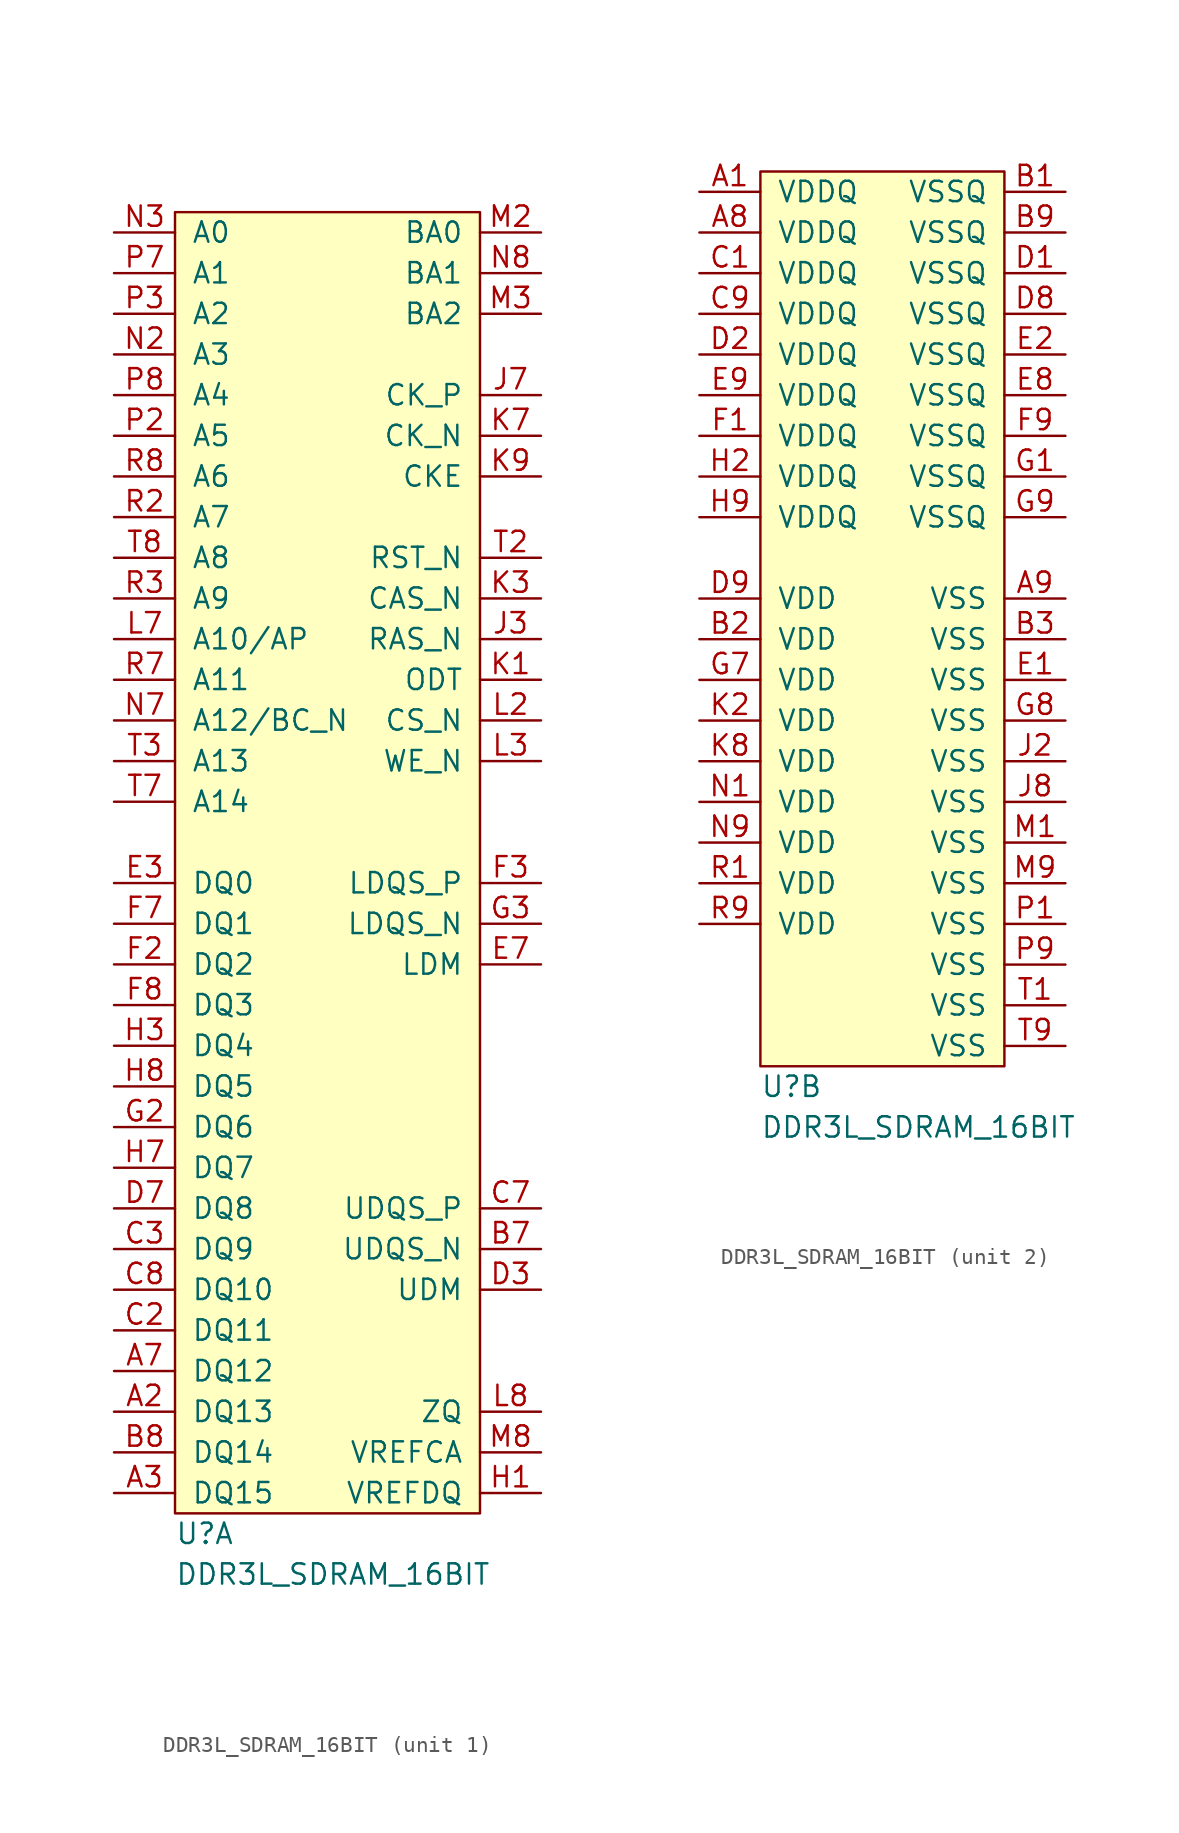
<source format=kicad_sym>
(kicad_symbol_lib
  (version 20211014)
  (generator kicad_symbol_editor)
  (symbol "DDR3L_SDRAM_16BIT"
    (pin_names
      (offset 1.016))
    (property "Reference" "U"
      (at 0 -1.27 0)
      (effects (font (size 1.27 1.27)) (justify left)))
    (property "Value" "DDR3L_SDRAM_16BIT"
      (at 0 -3.81 0)
      (effects (font (size 1.27 1.27)) (justify left)))
    (property "ki_locked" ""
      (at 0 0 0)
      (effects (font (size 1.27 1.27))))
    (symbol "DDR3L_SDRAM_16BIT_1_1"
      (rectangle (start 0 81.28) (end 19.05 0) (stroke (width 0) (type default) (color 0 0 0 0)) (fill (type background)))
      (pin bidirectional line (at -3.81 6.35 0) (length 3.81) (name "DQ13" (effects (font (size 1.27 1.27)))) (number "A2" (effects (font (size 1.27 1.27)))))
      (pin bidirectional line (at -3.81 1.27 0) (length 3.81) (name "DQ15" (effects (font (size 1.27 1.27)))) (number "A3" (effects (font (size 1.27 1.27)))))
      (pin bidirectional line (at -3.81 8.89 0) (length 3.81) (name "DQ12" (effects (font (size 1.27 1.27)))) (number "A7" (effects (font (size 1.27 1.27)))))
      (pin bidirectional line (at 22.86 16.51 180) (length 3.81) (name "UDQS_N" (effects (font (size 1.27 1.27)))) (number "B7" (effects (font (size 1.27 1.27)))))
      (pin bidirectional line (at -3.81 3.81 0) (length 3.81) (name "DQ14" (effects (font (size 1.27 1.27)))) (number "B8" (effects (font (size 1.27 1.27)))))
      (pin bidirectional line (at -3.81 11.43 0) (length 3.81) (name "DQ11" (effects (font (size 1.27 1.27)))) (number "C2" (effects (font (size 1.27 1.27)))))
      (pin bidirectional line (at -3.81 16.51 0) (length 3.81) (name "DQ9" (effects (font (size 1.27 1.27)))) (number "C3" (effects (font (size 1.27 1.27)))))
      (pin bidirectional line (at 22.86 19.05 180) (length 3.81) (name "UDQS_P" (effects (font (size 1.27 1.27)))) (number "C7" (effects (font (size 1.27 1.27)))))
      (pin bidirectional line (at -3.81 13.97 0) (length 3.81) (name "DQ10" (effects (font (size 1.27 1.27)))) (number "C8" (effects (font (size 1.27 1.27)))))
      (pin input line (at 22.86 13.97 180) (length 3.81) (name "UDM" (effects (font (size 1.27 1.27)))) (number "D3" (effects (font (size 1.27 1.27)))))
      (pin bidirectional line (at -3.81 19.05 0) (length 3.81) (name "DQ8" (effects (font (size 1.27 1.27)))) (number "D7" (effects (font (size 1.27 1.27)))))
      (pin bidirectional line (at -3.81 39.37 0) (length 3.81) (name "DQ0" (effects (font (size 1.27 1.27)))) (number "E3" (effects (font (size 1.27 1.27)))))
      (pin input line (at 22.86 34.29 180) (length 3.81) (name "LDM" (effects (font (size 1.27 1.27)))) (number "E7" (effects (font (size 1.27 1.27)))))
      (pin bidirectional line (at -3.81 34.29 0) (length 3.81) (name "DQ2" (effects (font (size 1.27 1.27)))) (number "F2" (effects (font (size 1.27 1.27)))))
      (pin bidirectional line (at 22.86 39.37 180) (length 3.81) (name "LDQS_P" (effects (font (size 1.27 1.27)))) (number "F3" (effects (font (size 1.27 1.27)))))
      (pin bidirectional line (at -3.81 36.83 0) (length 3.81) (name "DQ1" (effects (font (size 1.27 1.27)))) (number "F7" (effects (font (size 1.27 1.27)))))
      (pin bidirectional line (at -3.81 31.75 0) (length 3.81) (name "DQ3" (effects (font (size 1.27 1.27)))) (number "F8" (effects (font (size 1.27 1.27)))))
      (pin bidirectional line (at -3.81 24.13 0) (length 3.81) (name "DQ6" (effects (font (size 1.27 1.27)))) (number "G2" (effects (font (size 1.27 1.27)))))
      (pin bidirectional line (at 22.86 36.83 180) (length 3.81) (name "LDQS_N" (effects (font (size 1.27 1.27)))) (number "G3" (effects (font (size 1.27 1.27)))))
      (pin input line (at 22.86 1.27 180) (length 3.81) (name "VREFDQ" (effects (font (size 1.27 1.27)))) (number "H1" (effects (font (size 1.27 1.27)))))
      (pin bidirectional line (at -3.81 29.21 0) (length 3.81) (name "DQ4" (effects (font (size 1.27 1.27)))) (number "H3" (effects (font (size 1.27 1.27)))))
      (pin bidirectional line (at -3.81 21.59 0) (length 3.81) (name "DQ7" (effects (font (size 1.27 1.27)))) (number "H7" (effects (font (size 1.27 1.27)))))
      (pin bidirectional line (at -3.81 26.67 0) (length 3.81) (name "DQ5" (effects (font (size 1.27 1.27)))) (number "H8" (effects (font (size 1.27 1.27)))))
      (pin input line (at 22.86 54.61 180) (length 3.81) (name "RAS_N" (effects (font (size 1.27 1.27)))) (number "J3" (effects (font (size 1.27 1.27)))))
      (pin input line (at 22.86 69.85 180) (length 3.81) (name "CK_P" (effects (font (size 1.27 1.27)))) (number "J7" (effects (font (size 1.27 1.27)))))
      (pin input line (at 22.86 52.07 180) (length 3.81) (name "ODT" (effects (font (size 1.27 1.27)))) (number "K1" (effects (font (size 1.27 1.27)))))
      (pin input line (at 22.86 57.15 180) (length 3.81) (name "CAS_N" (effects (font (size 1.27 1.27)))) (number "K3" (effects (font (size 1.27 1.27)))))
      (pin input line (at 22.86 67.31 180) (length 3.81) (name "CK_N" (effects (font (size 1.27 1.27)))) (number "K7" (effects (font (size 1.27 1.27)))))
      (pin input line (at 22.86 64.77 180) (length 3.81) (name "CKE" (effects (font (size 1.27 1.27)))) (number "K9" (effects (font (size 1.27 1.27)))))
      (pin input line (at 22.86 49.53 180) (length 3.81) (name "CS_N" (effects (font (size 1.27 1.27)))) (number "L2" (effects (font (size 1.27 1.27)))))
      (pin input line (at 22.86 46.99 180) (length 3.81) (name "WE_N" (effects (font (size 1.27 1.27)))) (number "L3" (effects (font (size 1.27 1.27)))))
      (pin input line (at -3.81 54.61 0) (length 3.81) (name "A10/AP" (effects (font (size 1.27 1.27)))) (number "L7" (effects (font (size 1.27 1.27)))))
      (pin input line (at 22.86 6.35 180) (length 3.81) (name "ZQ" (effects (font (size 1.27 1.27)))) (number "L8" (effects (font (size 1.27 1.27)))))
      (pin input line (at 22.86 80.01 180) (length 3.81) (name "BA0" (effects (font (size 1.27 1.27)))) (number "M2" (effects (font (size 1.27 1.27)))))
      (pin input line (at 22.86 74.93 180) (length 3.81) (name "BA2" (effects (font (size 1.27 1.27)))) (number "M3" (effects (font (size 1.27 1.27)))))
      (pin input line (at 22.86 3.81 180) (length 3.81) (name "VREFCA" (effects (font (size 1.27 1.27)))) (number "M8" (effects (font (size 1.27 1.27)))))
      (pin input line (at -3.81 72.39 0) (length 3.81) (name "A3" (effects (font (size 1.27 1.27)))) (number "N2" (effects (font (size 1.27 1.27)))))
      (pin input line (at -3.81 80.01 0) (length 3.81) (name "A0" (effects (font (size 1.27 1.27)))) (number "N3" (effects (font (size 1.27 1.27)))))
      (pin input line (at -3.81 49.53 0) (length 3.81) (name "A12/BC_N" (effects (font (size 1.27 1.27)))) (number "N7" (effects (font (size 1.27 1.27)))))
      (pin input line (at 22.86 77.47 180) (length 3.81) (name "BA1" (effects (font (size 1.27 1.27)))) (number "N8" (effects (font (size 1.27 1.27)))))
      (pin input line (at -3.81 67.31 0) (length 3.81) (name "A5" (effects (font (size 1.27 1.27)))) (number "P2" (effects (font (size 1.27 1.27)))))
      (pin input line (at -3.81 74.93 0) (length 3.81) (name "A2" (effects (font (size 1.27 1.27)))) (number "P3" (effects (font (size 1.27 1.27)))))
      (pin input line (at -3.81 77.47 0) (length 3.81) (name "A1" (effects (font (size 1.27 1.27)))) (number "P7" (effects (font (size 1.27 1.27)))))
      (pin input line (at -3.81 69.85 0) (length 3.81) (name "A4" (effects (font (size 1.27 1.27)))) (number "P8" (effects (font (size 1.27 1.27)))))
      (pin input line (at -3.81 62.23 0) (length 3.81) (name "A7" (effects (font (size 1.27 1.27)))) (number "R2" (effects (font (size 1.27 1.27)))))
      (pin input line (at -3.81 57.15 0) (length 3.81) (name "A9" (effects (font (size 1.27 1.27)))) (number "R3" (effects (font (size 1.27 1.27)))))
      (pin input line (at -3.81 52.07 0) (length 3.81) (name "A11" (effects (font (size 1.27 1.27)))) (number "R7" (effects (font (size 1.27 1.27)))))
      (pin input line (at -3.81 64.77 0) (length 3.81) (name "A6" (effects (font (size 1.27 1.27)))) (number "R8" (effects (font (size 1.27 1.27)))))
      (pin input line (at 22.86 59.69 180) (length 3.81) (name "RST_N" (effects (font (size 1.27 1.27)))) (number "T2" (effects (font (size 1.27 1.27)))))
      (pin input line (at -3.81 46.99 0) (length 3.81) (name "A13" (effects (font (size 1.27 1.27)))) (number "T3" (effects (font (size 1.27 1.27)))))
      (pin input line (at -3.81 44.45 0) (length 3.81) (name "A14" (effects (font (size 1.27 1.27)))) (number "T7" (effects (font (size 1.27 1.27)))))
      (pin input line (at -3.81 59.69 0) (length 3.81) (name "A8" (effects (font (size 1.27 1.27)))) (number "T8" (effects (font (size 1.27 1.27))))))
    (symbol "DDR3L_SDRAM_16BIT_2_1"
      (rectangle (start 0 55.88) (end 15.24 0) (stroke (width 0) (type default) (color 0 0 0 0)) (fill (type background)))
      (pin power_in line (at -3.81 54.61 0) (length 3.81) (name "VDDQ" (effects (font (size 1.27 1.27)))) (number "A1" (effects (font (size 1.27 1.27)))))
      (pin power_in line (at -3.81 52.07 0) (length 3.81) (name "VDDQ" (effects (font (size 1.27 1.27)))) (number "A8" (effects (font (size 1.27 1.27)))))
      (pin power_in line (at 19.05 29.21 180) (length 3.81) (name "VSS" (effects (font (size 1.27 1.27)))) (number "A9" (effects (font (size 1.27 1.27)))))
      (pin power_in line (at 19.05 54.61 180) (length 3.81) (name "VSSQ" (effects (font (size 1.27 1.27)))) (number "B1" (effects (font (size 1.27 1.27)))))
      (pin power_in line (at -3.81 26.67 0) (length 3.81) (name "VDD" (effects (font (size 1.27 1.27)))) (number "B2" (effects (font (size 1.27 1.27)))))
      (pin power_in line (at 19.05 26.67 180) (length 3.81) (name "VSS" (effects (font (size 1.27 1.27)))) (number "B3" (effects (font (size 1.27 1.27)))))
      (pin power_in line (at 19.05 52.07 180) (length 3.81) (name "VSSQ" (effects (font (size 1.27 1.27)))) (number "B9" (effects (font (size 1.27 1.27)))))
      (pin power_in line (at -3.81 49.53 0) (length 3.81) (name "VDDQ" (effects (font (size 1.27 1.27)))) (number "C1" (effects (font (size 1.27 1.27)))))
      (pin power_in line (at -3.81 46.99 0) (length 3.81) (name "VDDQ" (effects (font (size 1.27 1.27)))) (number "C9" (effects (font (size 1.27 1.27)))))
      (pin power_in line (at 19.05 49.53 180) (length 3.81) (name "VSSQ" (effects (font (size 1.27 1.27)))) (number "D1" (effects (font (size 1.27 1.27)))))
      (pin power_in line (at -3.81 44.45 0) (length 3.81) (name "VDDQ" (effects (font (size 1.27 1.27)))) (number "D2" (effects (font (size 1.27 1.27)))))
      (pin power_in line (at 19.05 46.99 180) (length 3.81) (name "VSSQ" (effects (font (size 1.27 1.27)))) (number "D8" (effects (font (size 1.27 1.27)))))
      (pin power_in line (at -3.81 29.21 0) (length 3.81) (name "VDD" (effects (font (size 1.27 1.27)))) (number "D9" (effects (font (size 1.27 1.27)))))
      (pin power_in line (at 19.05 24.13 180) (length 3.81) (name "VSS" (effects (font (size 1.27 1.27)))) (number "E1" (effects (font (size 1.27 1.27)))))
      (pin power_in line (at 19.05 44.45 180) (length 3.81) (name "VSSQ" (effects (font (size 1.27 1.27)))) (number "E2" (effects (font (size 1.27 1.27)))))
      (pin power_in line (at 19.05 41.91 180) (length 3.81) (name "VSSQ" (effects (font (size 1.27 1.27)))) (number "E8" (effects (font (size 1.27 1.27)))))
      (pin power_in line (at -3.81 41.91 0) (length 3.81) (name "VDDQ" (effects (font (size 1.27 1.27)))) (number "E9" (effects (font (size 1.27 1.27)))))
      (pin power_in line (at -3.81 39.37 0) (length 3.81) (name "VDDQ" (effects (font (size 1.27 1.27)))) (number "F1" (effects (font (size 1.27 1.27)))))
      (pin power_in line (at 19.05 39.37 180) (length 3.81) (name "VSSQ" (effects (font (size 1.27 1.27)))) (number "F9" (effects (font (size 1.27 1.27)))))
      (pin power_in line (at 19.05 36.83 180) (length 3.81) (name "VSSQ" (effects (font (size 1.27 1.27)))) (number "G1" (effects (font (size 1.27 1.27)))))
      (pin power_in line (at -3.81 24.13 0) (length 3.81) (name "VDD" (effects (font (size 1.27 1.27)))) (number "G7" (effects (font (size 1.27 1.27)))))
      (pin power_in line (at 19.05 21.59 180) (length 3.81) (name "VSS" (effects (font (size 1.27 1.27)))) (number "G8" (effects (font (size 1.27 1.27)))))
      (pin power_in line (at 19.05 34.29 180) (length 3.81) (name "VSSQ" (effects (font (size 1.27 1.27)))) (number "G9" (effects (font (size 1.27 1.27)))))
      (pin power_in line (at -3.81 36.83 0) (length 3.81) (name "VDDQ" (effects (font (size 1.27 1.27)))) (number "H2" (effects (font (size 1.27 1.27)))))
      (pin power_in line (at -3.81 34.29 0) (length 3.81) (name "VDDQ" (effects (font (size 1.27 1.27)))) (number "H9" (effects (font (size 1.27 1.27)))))
      (pin power_in line (at 19.05 19.05 180) (length 3.81) (name "VSS" (effects (font (size 1.27 1.27)))) (number "J2" (effects (font (size 1.27 1.27)))))
      (pin power_in line (at 19.05 16.51 180) (length 3.81) (name "VSS" (effects (font (size 1.27 1.27)))) (number "J8" (effects (font (size 1.27 1.27)))))
      (pin power_in line (at -3.81 21.59 0) (length 3.81) (name "VDD" (effects (font (size 1.27 1.27)))) (number "K2" (effects (font (size 1.27 1.27)))))
      (pin power_in line (at -3.81 19.05 0) (length 3.81) (name "VDD" (effects (font (size 1.27 1.27)))) (number "K8" (effects (font (size 1.27 1.27)))))
      (pin power_in line (at 19.05 13.97 180) (length 3.81) (name "VSS" (effects (font (size 1.27 1.27)))) (number "M1" (effects (font (size 1.27 1.27)))))
      (pin power_in line (at 19.05 11.43 180) (length 3.81) (name "VSS" (effects (font (size 1.27 1.27)))) (number "M9" (effects (font (size 1.27 1.27)))))
      (pin power_in line (at -3.81 16.51 0) (length 3.81) (name "VDD" (effects (font (size 1.27 1.27)))) (number "N1" (effects (font (size 1.27 1.27)))))
      (pin power_in line (at -3.81 13.97 0) (length 3.81) (name "VDD" (effects (font (size 1.27 1.27)))) (number "N9" (effects (font (size 1.27 1.27)))))
      (pin power_in line (at 19.05 8.89 180) (length 3.81) (name "VSS" (effects (font (size 1.27 1.27)))) (number "P1" (effects (font (size 1.27 1.27)))))
      (pin power_in line (at 19.05 6.35 180) (length 3.81) (name "VSS" (effects (font (size 1.27 1.27)))) (number "P9" (effects (font (size 1.27 1.27)))))
      (pin power_in line (at -3.81 11.43 0) (length 3.81) (name "VDD" (effects (font (size 1.27 1.27)))) (number "R1" (effects (font (size 1.27 1.27)))))
      (pin power_in line (at -3.81 8.89 0) (length 3.81) (name "VDD" (effects (font (size 1.27 1.27)))) (number "R9" (effects (font (size 1.27 1.27)))))
      (pin power_in line (at 19.05 3.81 180) (length 3.81) (name "VSS" (effects (font (size 1.27 1.27)))) (number "T1" (effects (font (size 1.27 1.27)))))
      (pin power_in line (at 19.05 1.27 180) (length 3.81) (name "VSS" (effects (font (size 1.27 1.27)))) (number "T9" (effects (font (size 1.27 1.27))))))))
</source>
